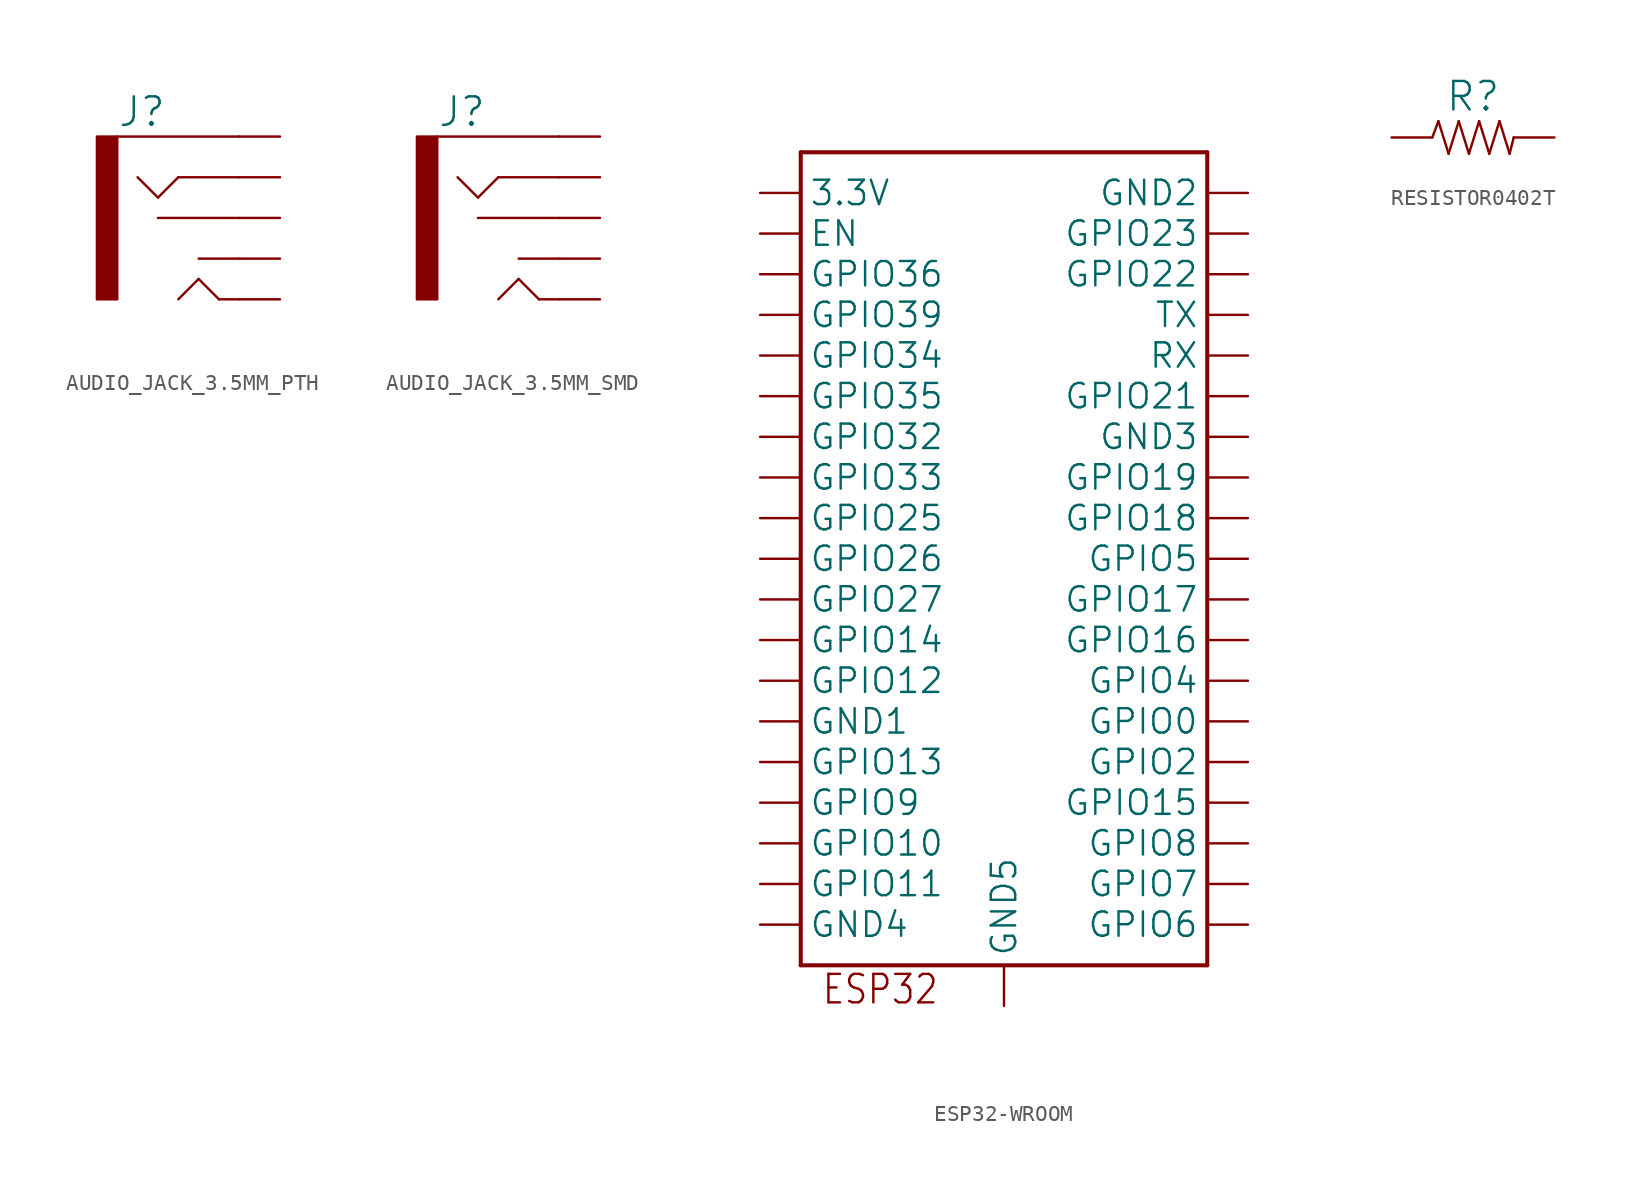
<source format=kicad_sym>
(kicad_symbol_lib
  (version 20241209)
  (generator "kicad_symbol_editor")
  (generator_version "9.0")
  (symbol "AUDIO_JACK_3.5MM_PTH"
    (property "Reference" "J"
      (at -5.08 5.588 0)
      (effects (font (size 1.778 1.778)) (justify left bottom)))
    (property "Value" ""
      (at -5.08 -7.62 0)
      (effects (font (size 1.778 1.778)) (justify left bottom)))
    (property "ki_locked" ""
      (at 0 0 0)
      (effects (font (size 1.27 1.27))))
    (symbol "AUDIO_JACK_3.5MM_PTH_1_0"
      (rectangle (start -6.35 -5.08) (end -5.08 5.08) (stroke (width 0) (type default)) (fill (type outline)))
      (polyline (pts (xy -2.54 1.27) (xy -3.81 2.54)) (stroke (width 0.152) (type solid)) (fill (type none)))
      (polyline (pts (xy -2.54 0) (xy 2.54 0)) (stroke (width 0.152) (type solid)) (fill (type none)))
      (polyline (pts (xy -1.27 2.54) (xy -2.54 1.27)) (stroke (width 0.152) (type solid)) (fill (type none)))
      (polyline (pts (xy -1.27 -5.08) (xy 0 -3.81)) (stroke (width 0.152) (type solid)) (fill (type none)))
      (polyline (pts (xy 0 -2.54) (xy 2.54 -2.54)) (stroke (width 0.152) (type solid)) (fill (type none)))
      (polyline (pts (xy 0 -3.81) (xy 1.27 -5.08)) (stroke (width 0.152) (type solid)) (fill (type none)))
      (polyline (pts (xy 1.27 -5.08) (xy 2.54 -5.08)) (stroke (width 0.152) (type solid)) (fill (type none)))
      (polyline (pts (xy 2.54 5.08) (xy -5.08 5.08)) (stroke (width 0.152) (type solid)) (fill (type none)))
      (polyline (pts (xy 2.54 2.54) (xy -1.27 2.54)) (stroke (width 0.152) (type solid)) (fill (type none)))
      (pin bidirectional line (at 5.08 5.08 180) (length 2.54) (name "SLEEVE" (effects (font (size 0 0)))) (number "SLEEVE" (effects (font (size 0 0)))))
      (pin bidirectional line (at 5.08 2.54 180) (length 2.54) (name "RING" (effects (font (size 0 0)))) (number "RING" (effects (font (size 0 0)))))
      (pin bidirectional line (at 5.08 0 180) (length 2.54) (name "RSH" (effects (font (size 0 0)))) (number "RSH" (effects (font (size 0 0)))))
      (pin bidirectional line (at 5.08 -2.54 180) (length 2.54) (name "TSH" (effects (font (size 0 0)))) (number "TSH" (effects (font (size 0 0)))))
      (pin bidirectional line (at 5.08 -5.08 180) (length 2.54) (name "TIP" (effects (font (size 0 0)))) (number "TIP" (effects (font (size 0 0)))))))
  (symbol "AUDIO_JACK_3.5MM_SMD"
    (property "Reference" "J"
      (at -5.08 5.588 0)
      (effects (font (size 1.778 1.778)) (justify left bottom)))
    (property "Value" ""
      (at -5.08 -7.62 0)
      (effects (font (size 1.778 1.778)) (justify left bottom)))
    (property "ki_locked" ""
      (at 0 0 0)
      (effects (font (size 1.27 1.27))))
    (symbol "AUDIO_JACK_3.5MM_SMD_1_0"
      (rectangle (start -6.35 -5.08) (end -5.08 5.08) (stroke (width 0) (type default)) (fill (type outline)))
      (polyline (pts (xy -2.54 1.27) (xy -3.81 2.54)) (stroke (width 0.152) (type solid)) (fill (type none)))
      (polyline (pts (xy -2.54 0) (xy 2.54 0)) (stroke (width 0.152) (type solid)) (fill (type none)))
      (polyline (pts (xy -1.27 2.54) (xy -2.54 1.27)) (stroke (width 0.152) (type solid)) (fill (type none)))
      (polyline (pts (xy -1.27 -5.08) (xy 0 -3.81)) (stroke (width 0.152) (type solid)) (fill (type none)))
      (polyline (pts (xy 0 -2.54) (xy 2.54 -2.54)) (stroke (width 0.152) (type solid)) (fill (type none)))
      (polyline (pts (xy 0 -3.81) (xy 1.27 -5.08)) (stroke (width 0.152) (type solid)) (fill (type none)))
      (polyline (pts (xy 1.27 -5.08) (xy 2.54 -5.08)) (stroke (width 0.152) (type solid)) (fill (type none)))
      (polyline (pts (xy 2.54 5.08) (xy -5.08 5.08)) (stroke (width 0.152) (type solid)) (fill (type none)))
      (polyline (pts (xy 2.54 2.54) (xy -1.27 2.54)) (stroke (width 0.152) (type solid)) (fill (type none)))
      (pin bidirectional line (at 5.08 5.08 180) (length 2.54) (name "SLEEVE" (effects (font (size 0 0)))) (number "SLEEVE" (effects (font (size 0 0)))))
      (pin bidirectional line (at 5.08 2.54 180) (length 2.54) (name "RING" (effects (font (size 0 0)))) (number "RING" (effects (font (size 0 0)))))
      (pin bidirectional line (at 5.08 0 180) (length 2.54) (name "RSH" (effects (font (size 0 0)))) (number "RSH" (effects (font (size 0 0)))))
      (pin bidirectional line (at 5.08 -2.54 180) (length 2.54) (name "TSH" (effects (font (size 0 0)))) (number "TSH" (effects (font (size 0 0)))))
      (pin bidirectional line (at 5.08 -5.08 180) (length 2.54) (name "TIP" (effects (font (size 0 0)))) (number "TIP" (effects (font (size 0 0)))))))
  (symbol "ESP32-WROOM"
    (property "Reference" ""
      (at 0 0 0)
      (effects (font (size 1.27 1.27)) (hide yes)))
    (property "ki_locked" ""
      (at 0 0 0)
      (effects (font (size 1.27 1.27))))
    (symbol "ESP32-WROOM_1_0"
      (polyline (pts (xy 2.54 50.8) (xy 27.94 50.8)) (stroke (width 0.254) (type solid)) (fill (type none)))
      (polyline (pts (xy 2.54 0) (xy 2.54 50.8)) (stroke (width 0.254) (type solid)) (fill (type none)))
      (polyline (pts (xy 27.94 50.8) (xy 27.94 0)) (stroke (width 0.254) (type solid)) (fill (type none)))
      (polyline (pts (xy 27.94 0) (xy 2.54 0)) (stroke (width 0.254) (type solid)) (fill (type none)))
      (text "ESP32" (at 3.81 -2.54 0) (effects (font (size 1.778 1.511)) (justify left bottom)))
      (pin bidirectional line (at 0 48.26 0) (length 2.54) (name "3.3V" (effects (font (size 1.524 1.524)))) (number "3V3" (effects (font (size 0 0)))))
      (pin bidirectional line (at 0 45.72 0) (length 2.54) (name "EN" (effects (font (size 1.524 1.524)))) (number "EN" (effects (font (size 0 0)))))
      (pin bidirectional line (at 0 43.18 0) (length 2.54) (name "GPIO36" (effects (font (size 1.524 1.524)))) (number "SENSOR_VP" (effects (font (size 0 0)))))
      (pin bidirectional line (at 0 40.64 0) (length 2.54) (name "GPIO39" (effects (font (size 1.524 1.524)))) (number "SENSOR_VN" (effects (font (size 0 0)))))
      (pin bidirectional line (at 0 38.1 0) (length 2.54) (name "GPIO34" (effects (font (size 1.524 1.524)))) (number "IO34" (effects (font (size 0 0)))))
      (pin bidirectional line (at 0 35.56 0) (length 2.54) (name "GPIO35" (effects (font (size 1.524 1.524)))) (number "IO35" (effects (font (size 0 0)))))
      (pin bidirectional line (at 0 33.02 0) (length 2.54) (name "GPIO32" (effects (font (size 1.524 1.524)))) (number "IO32" (effects (font (size 0 0)))))
      (pin bidirectional line (at 0 30.48 0) (length 2.54) (name "GPIO33" (effects (font (size 1.524 1.524)))) (number "IO33" (effects (font (size 0 0)))))
      (pin bidirectional line (at 0 27.94 0) (length 2.54) (name "GPIO25" (effects (font (size 1.524 1.524)))) (number "IO25" (effects (font (size 0 0)))))
      (pin bidirectional line (at 0 25.4 0) (length 2.54) (name "GPIO26" (effects (font (size 1.524 1.524)))) (number "IO26" (effects (font (size 0 0)))))
      (pin bidirectional line (at 0 22.86 0) (length 2.54) (name "GPIO27" (effects (font (size 1.524 1.524)))) (number "IO27" (effects (font (size 0 0)))))
      (pin bidirectional line (at 0 20.32 0) (length 2.54) (name "GPIO14" (effects (font (size 1.524 1.524)))) (number "IO14" (effects (font (size 0 0)))))
      (pin bidirectional line (at 0 17.78 0) (length 2.54) (name "GPIO12" (effects (font (size 1.524 1.524)))) (number "IO12" (effects (font (size 0 0)))))
      (pin bidirectional line (at 0 15.24 0) (length 2.54) (name "GND1" (effects (font (size 1.524 1.524)))) (number "GND1" (effects (font (size 0 0)))))
      (pin bidirectional line (at 0 12.7 0) (length 2.54) (name "GPIO13" (effects (font (size 1.524 1.524)))) (number "IO13" (effects (font (size 0 0)))))
      (pin bidirectional line (at 0 10.16 0) (length 2.54) (name "GPIO9" (effects (font (size 1.524 1.524)))) (number "SD2" (effects (font (size 0 0)))))
      (pin bidirectional line (at 0 7.62 0) (length 2.54) (name "GPIO10" (effects (font (size 1.524 1.524)))) (number "SD3" (effects (font (size 0 0)))))
      (pin bidirectional line (at 0 5.08 0) (length 2.54) (name "GPIO11" (effects (font (size 1.524 1.524)))) (number "CMD" (effects (font (size 0 0)))))
      (pin bidirectional line (at 0 2.54 0) (length 2.54) (name "GND4" (effects (font (size 1.524 1.524)))) (number "GND4" (effects (font (size 0 0)))))
      (pin bidirectional line (at 15.24 -2.54 90) (length 2.54) (name "GND5" (effects (font (size 1.524 1.524)))) (number "GND5" (effects (font (size 0 0)))))
      (pin bidirectional line (at 30.48 48.26 180) (length 2.54) (name "GND2" (effects (font (size 1.524 1.524)))) (number "GND2" (effects (font (size 0 0)))))
      (pin bidirectional line (at 30.48 45.72 180) (length 2.54) (name "GPIO23" (effects (font (size 1.524 1.524)))) (number "IO23" (effects (font (size 0 0)))))
      (pin bidirectional line (at 30.48 43.18 180) (length 2.54) (name "GPIO22" (effects (font (size 1.524 1.524)))) (number "IO22" (effects (font (size 0 0)))))
      (pin bidirectional line (at 30.48 40.64 180) (length 2.54) (name "TX" (effects (font (size 1.524 1.524)))) (number "TX" (effects (font (size 0 0)))))
      (pin bidirectional line (at 30.48 38.1 180) (length 2.54) (name "RX" (effects (font (size 1.524 1.524)))) (number "RX" (effects (font (size 0 0)))))
      (pin bidirectional line (at 30.48 35.56 180) (length 2.54) (name "GPIO21" (effects (font (size 1.524 1.524)))) (number "IO21" (effects (font (size 0 0)))))
      (pin bidirectional line (at 30.48 33.02 180) (length 2.54) (name "GND3" (effects (font (size 1.524 1.524)))) (number "GND3" (effects (font (size 0 0)))))
      (pin bidirectional line (at 30.48 30.48 180) (length 2.54) (name "GPIO19" (effects (font (size 1.524 1.524)))) (number "IO19" (effects (font (size 0 0)))))
      (pin bidirectional line (at 30.48 27.94 180) (length 2.54) (name "GPIO18" (effects (font (size 1.524 1.524)))) (number "IO18" (effects (font (size 0 0)))))
      (pin bidirectional line (at 30.48 25.4 180) (length 2.54) (name "GPIO5" (effects (font (size 1.524 1.524)))) (number "IO5" (effects (font (size 0 0)))))
      (pin bidirectional line (at 30.48 22.86 180) (length 2.54) (name "GPIO17" (effects (font (size 1.524 1.524)))) (number "IO17" (effects (font (size 0 0)))))
      (pin bidirectional line (at 30.48 20.32 180) (length 2.54) (name "GPIO16" (effects (font (size 1.524 1.524)))) (number "IO16" (effects (font (size 0 0)))))
      (pin bidirectional line (at 30.48 17.78 180) (length 2.54) (name "GPIO4" (effects (font (size 1.524 1.524)))) (number "IO4" (effects (font (size 0 0)))))
      (pin bidirectional line (at 30.48 15.24 180) (length 2.54) (name "GPIO0" (effects (font (size 1.524 1.524)))) (number "IO0" (effects (font (size 0 0)))))
      (pin bidirectional line (at 30.48 12.7 180) (length 2.54) (name "GPIO2" (effects (font (size 1.524 1.524)))) (number "IO2" (effects (font (size 0 0)))))
      (pin bidirectional line (at 30.48 10.16 180) (length 2.54) (name "GPIO15" (effects (font (size 1.524 1.524)))) (number "IO15" (effects (font (size 0 0)))))
      (pin bidirectional line (at 30.48 7.62 180) (length 2.54) (name "GPIO8" (effects (font (size 1.524 1.524)))) (number "SD1" (effects (font (size 0 0)))))
      (pin bidirectional line (at 30.48 5.08 180) (length 2.54) (name "GPIO7" (effects (font (size 1.524 1.524)))) (number "SD0" (effects (font (size 0 0)))))
      (pin bidirectional line (at 30.48 2.54 180) (length 2.54) (name "GPIO6" (effects (font (size 1.524 1.524)))) (number "CLK" (effects (font (size 0 0)))))))
  (symbol "RESISTOR0402T"
    (property "Reference" "R"
      (at 0 1.524 0)
      (effects (font (size 1.778 1.778)) (justify bottom)))
    (property "Value" ""
      (at 0 -1.524 0)
      (effects (font (size 1.778 1.778)) (justify top)))
    (property "ki_locked" ""
      (at 0 0 0)
      (effects (font (size 1.27 1.27))))
    (symbol "RESISTOR0402T_1_0"
      (polyline (pts (xy -2.54 0) (xy -2.159 1.016)) (stroke (width 0.152) (type solid)) (fill (type none)))
      (polyline (pts (xy -2.159 1.016) (xy -1.524 -1.016)) (stroke (width 0.152) (type solid)) (fill (type none)))
      (polyline (pts (xy -1.524 -1.016) (xy -0.889 1.016)) (stroke (width 0.152) (type solid)) (fill (type none)))
      (polyline (pts (xy -0.889 1.016) (xy -0.254 -1.016)) (stroke (width 0.152) (type solid)) (fill (type none)))
      (polyline (pts (xy -0.254 -1.016) (xy 0.381 1.016)) (stroke (width 0.152) (type solid)) (fill (type none)))
      (polyline (pts (xy 0.381 1.016) (xy 1.016 -1.016)) (stroke (width 0.152) (type solid)) (fill (type none)))
      (polyline (pts (xy 1.016 -1.016) (xy 1.651 1.016)) (stroke (width 0.152) (type solid)) (fill (type none)))
      (polyline (pts (xy 1.651 1.016) (xy 2.286 -1.016)) (stroke (width 0.152) (type solid)) (fill (type none)))
      (polyline (pts (xy 2.286 -1.016) (xy 2.54 0)) (stroke (width 0.152) (type solid)) (fill (type none)))
      (pin passive line (at -5.08 0 0) (length 2.54) (name "1" (effects (font (size 0 0)))) (number "1" (effects (font (size 0 0)))))
      (pin passive line (at 5.08 0 180) (length 2.54) (name "2" (effects (font (size 0 0)))) (number "2" (effects (font (size 0 0))))))))
</source>
